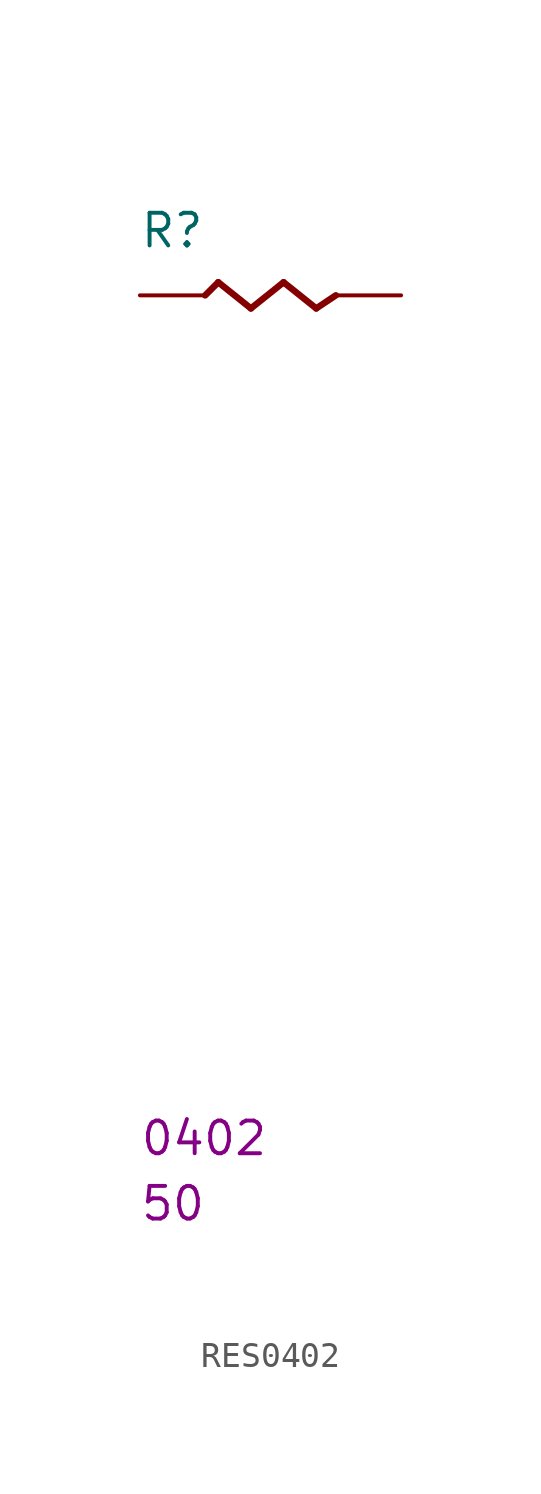
<source format=kicad_sym>
(kicad_symbol_lib
  (version 20231120)
  (generator "kicad_symbol_editor")
  (generator_version "7.99")
  (symbol "RES0402"
    (pin_numbers hide)
    (pin_names
      (offset 1.016) hide)
    (property "Reference" "R"
      (at -0.025 1.778 0)
      (effects (font (size 1.27 1.27)) (justify left bottom)))
    (property "PackageType" "0402"
      (at -0.025 -33.528 0)
      (effects (font (size 1.27 1.27)) (justify left bottom)))
    (property "ValueP" "50"
      (at -0.025 -36.068 0)
      (effects (font (size 1.27 1.27)) (justify left bottom)))
    (symbol "RES0402_1_1"
      (polyline (pts (xy 3.048 0.508) (xy 2.54 0)) (stroke (width 0.254) (type solid)) (fill (type none)))
      (polyline (pts (xy 3.048 0.508) (xy 4.318 -0.508)) (stroke (width 0.254) (type solid)) (fill (type none)))
      (polyline (pts (xy 5.588 0.508) (xy 4.318 -0.508)) (stroke (width 0.254) (type solid)) (fill (type none)))
      (polyline (pts (xy 5.588 0.508) (xy 6.858 -0.508)) (stroke (width 0.254) (type solid)) (fill (type none)))
      (polyline (pts (xy 6.858 -0.508) (xy 7.62 0)) (stroke (width 0.254) (type solid)) (fill (type none)))
      (pin passive line (at 0 0 0) (length 2.54) (name "1" (effects (font (size 1.27 1.27)))) (number "1" (effects (font (size 1.27 1.27)))))
      (pin passive line (at 10.16 0 180) (length 2.54) (name "2" (effects (font (size 1.27 1.27)))) (number "2" (effects (font (size 1.27 1.27))))))))
</source>
